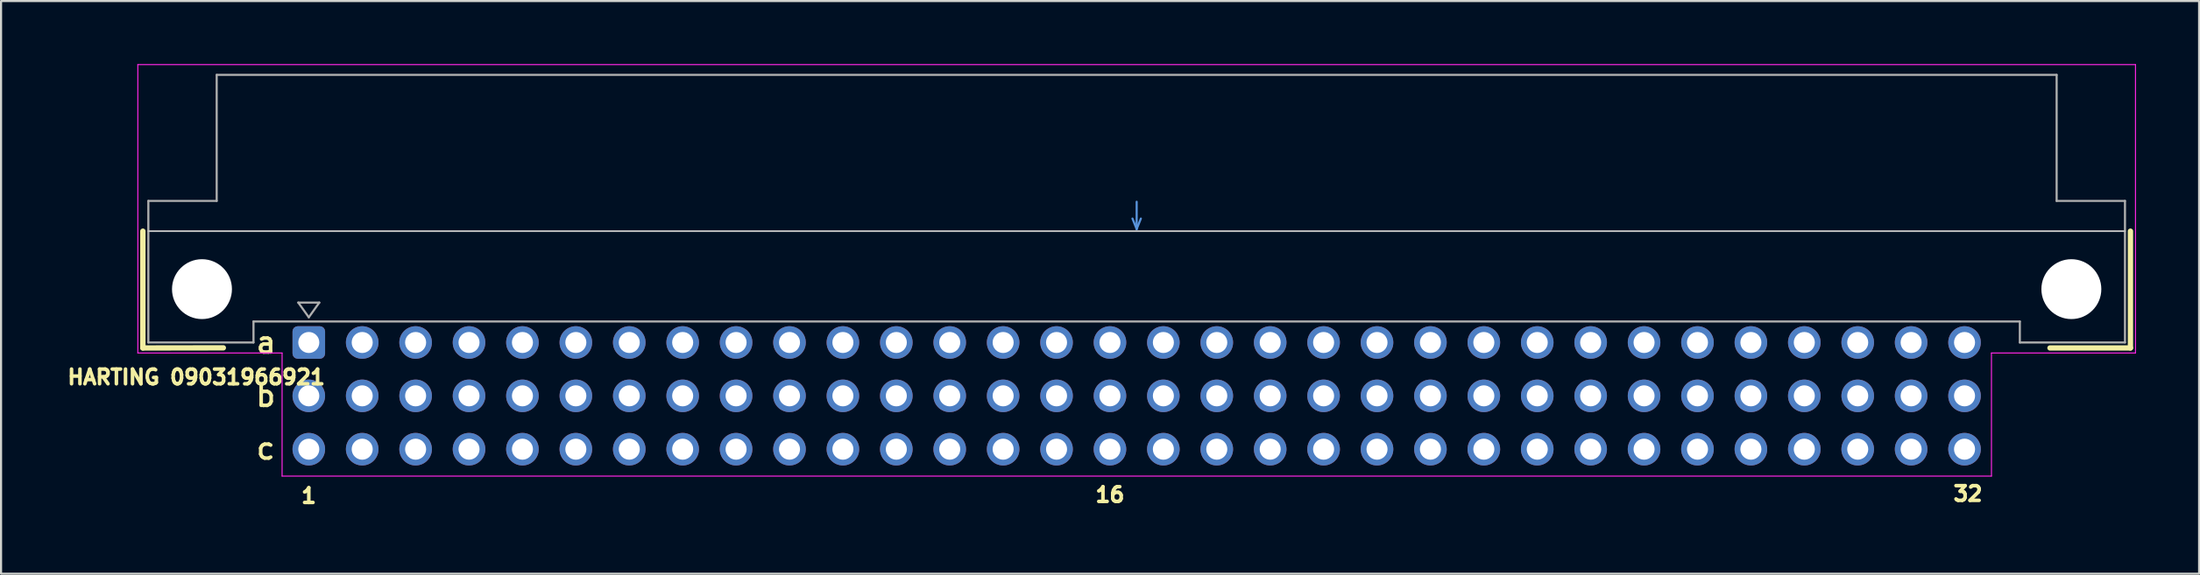
<source format=kicad_pcb>
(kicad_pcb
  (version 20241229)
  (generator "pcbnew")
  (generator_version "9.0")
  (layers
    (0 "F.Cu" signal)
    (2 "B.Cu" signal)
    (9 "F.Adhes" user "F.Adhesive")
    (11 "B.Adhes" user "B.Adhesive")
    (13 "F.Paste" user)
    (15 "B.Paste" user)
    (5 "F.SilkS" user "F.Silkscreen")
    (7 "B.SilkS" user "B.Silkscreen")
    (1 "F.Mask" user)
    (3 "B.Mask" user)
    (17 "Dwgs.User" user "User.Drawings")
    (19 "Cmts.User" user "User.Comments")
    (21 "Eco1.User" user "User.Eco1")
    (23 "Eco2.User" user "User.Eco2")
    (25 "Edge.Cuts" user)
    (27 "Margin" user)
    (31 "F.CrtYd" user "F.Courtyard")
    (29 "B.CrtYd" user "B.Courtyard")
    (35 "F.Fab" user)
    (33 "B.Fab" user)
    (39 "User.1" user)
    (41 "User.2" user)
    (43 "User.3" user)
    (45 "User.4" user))
  (footprint "HARTING 09031966921"
    (layer "F.Cu")
    (at 11.635 13.255)
    (property "Reference" "HARTING 09031966921" (at -5.35 1.65 0) (layer "F.SilkS") (effects (font (size 0.7 0.7) (thickness 0.17))))
    (attr through_hole)
    (fp_line (start -7.89 -5.3) (end -7.89 0.26) (stroke (width 0.254) (type solid)) (layer "F.SilkS"))
    (fp_line (start -7.89 0.26) (end -4.064 0.254) (stroke (width 0.254) (type solid)) (layer "F.SilkS"))
    (fp_line (start 86.63 -5.3) (end 86.63 0.26) (stroke (width 0.254) (type solid)) (layer "F.SilkS"))
    (fp_line (start 86.63 0.26) (end 82.804 0.26) (stroke (width 0.254) (type solid)) (layer "F.SilkS"))
    (fp_line (start -7.63 -5.3) (end 86.37 -5.3) (stroke (width 0.08) (type solid)) (layer "Dwgs.User"))
    (fp_line (start 39.17 -5.9) (end 39.37 -5.4) (stroke (width 0.1) (type solid)) (layer "Cmts.User"))
    (fp_line (start 39.37 -5.4) (end 39.37 -6.7) (stroke (width 0.1) (type solid)) (layer "Cmts.User"))
    (fp_line (start 39.37 -5.4) (end 39.57 -5.9) (stroke (width 0.1) (type solid)) (layer "Cmts.User"))
    (fp_line (start -8.13 -13.23) (end -8.13 0.5) (stroke (width 0.05) (type solid)) (layer "F.CrtYd"))
    (fp_line (start -8.13 0.5) (end -1.27 0.5) (stroke (width 0.05) (type solid)) (layer "F.CrtYd"))
    (fp_line (start -1.27 0.5) (end -1.27 6.36) (stroke (width 0.05) (type solid)) (layer "F.CrtYd"))
    (fp_line (start -1.27 6.36) (end 80.02 6.36) (stroke (width 0.05) (type solid)) (layer "F.CrtYd"))
    (fp_line (start 80.02 0.5) (end 86.87 0.5) (stroke (width 0.05) (type solid)) (layer "F.CrtYd"))
    (fp_line (start 80.02 6.36) (end 80.02 0.5) (stroke (width 0.05) (type solid)) (layer "F.CrtYd"))
    (fp_line (start 86.87 -13.23) (end -8.13 -13.23) (stroke (width 0.05) (type solid)) (layer "F.CrtYd"))
    (fp_line (start 86.87 0.5) (end 86.87 -13.23) (stroke (width 0.05) (type solid)) (layer "F.CrtYd"))
    (fp_line (start -7.63 -6.74) (end -7.63 0) (stroke (width 0.1) (type solid)) (layer "F.Fab"))
    (fp_line (start -7.63 0) (end -2.63 0) (stroke (width 0.1) (type solid)) (layer "F.Fab"))
    (fp_line (start -4.38 -12.74) (end -4.38 -6.74) (stroke (width 0.1) (type solid)) (layer "F.Fab"))
    (fp_line (start -4.38 -6.74) (end -7.63 -6.74) (stroke (width 0.1) (type solid)) (layer "F.Fab"))
    (fp_line (start -2.63 -1) (end 81.37 -1) (stroke (width 0.1) (type solid)) (layer "F.Fab"))
    (fp_line (start -2.63 0) (end -2.63 -1) (stroke (width 0.1) (type solid)) (layer "F.Fab"))
    (fp_line (start -0.5 -1.9) (end 0.5 -1.9) (stroke (width 0.1) (type solid)) (layer "F.Fab"))
    (fp_line (start 0 -1.2) (end -0.5 -1.9) (stroke (width 0.1) (type solid)) (layer "F.Fab"))
    (fp_line (start 0.5 -1.9) (end 0 -1.2) (stroke (width 0.1) (type solid)) (layer "F.Fab"))
    (fp_line (start 81.37 -1) (end 81.37 0) (stroke (width 0.1) (type solid)) (layer "F.Fab"))
    (fp_line (start 81.37 0) (end 86.37 0) (stroke (width 0.1) (type solid)) (layer "F.Fab"))
    (fp_line (start 83.12 -12.74) (end -4.38 -12.74) (stroke (width 0.1) (type solid)) (layer "F.Fab"))
    (fp_line (start 83.12 -6.74) (end 83.12 -12.74) (stroke (width 0.1) (type solid)) (layer "F.Fab"))
    (fp_line (start 86.37 -6.74) (end 83.12 -6.74) (stroke (width 0.1) (type solid)) (layer "F.Fab"))
    (fp_line (start 86.37 0) (end 86.37 -6.74) (stroke (width 0.1) (type solid)) (layer "F.Fab"))
    (fp_text user "a" (at -2.032 0 0) (unlocked yes) (layer "F.SilkS") (effects (font (size 1 1) (thickness 0.17))))
    (fp_text user "1" (at 0 7.3 0) (unlocked yes) (layer "F.SilkS") (effects (font (size 0.7 0.7) (thickness 0.17))))
    (fp_text user "b" (at -2.05 2.54 0) (unlocked yes) (layer "F.SilkS") (effects (font (size 1 1) (thickness 0.17))))
    (fp_text user "32" (at 78.9 7.2 0) (unlocked yes) (layer "F.SilkS") (effects (font (size 0.7 0.7) (thickness 0.17))))
    (fp_text user "16" (at 38.1 7.25 0) (unlocked yes) (layer "F.SilkS") (effects (font (size 0.7 0.7) (thickness 0.17))))
    (fp_text user "c" (at -2.05 5.05 0) (unlocked yes) (layer "F.SilkS") (effects (font (size 1 1) (thickness 0.17))))
    (pad "" np_thru_hole circle (at -5.08 -2.54) (size 2.85 2.85) (drill 2.85) (layers "*.Cu" "*.Mask"))
    (pad "" np_thru_hole circle (at 83.82 -2.54) (size 2.85 2.85) (drill 2.85) (layers "*.Cu" "*.Mask"))
    (pad "a1" thru_hole roundrect (at 0 0) (size 1.55 1.55) (drill 1) (layers "*.Cu" "*.Mask") (roundrect_rratio 0.161))
    (pad "a2" thru_hole circle (at 2.54 0) (size 1.55 1.55) (drill 1) (layers "*.Cu" "*.Mask"))
    (pad "a3" thru_hole circle (at 5.08 0) (size 1.55 1.55) (drill 1) (layers "*.Cu" "*.Mask"))
    (pad "a4" thru_hole circle (at 7.62 0) (size 1.55 1.55) (drill 1) (layers "*.Cu" "*.Mask"))
    (pad "a5" thru_hole circle (at 10.16 0) (size 1.55 1.55) (drill 1) (layers "*.Cu" "*.Mask"))
    (pad "a6" thru_hole circle (at 12.7 0) (size 1.55 1.55) (drill 1) (layers "*.Cu" "*.Mask"))
    (pad "a7" thru_hole circle (at 15.24 0) (size 1.55 1.55) (drill 1) (layers "*.Cu" "*.Mask"))
    (pad "a8" thru_hole circle (at 17.78 0) (size 1.55 1.55) (drill 1) (layers "*.Cu" "*.Mask"))
    (pad "a9" thru_hole circle (at 20.32 0) (size 1.55 1.55) (drill 1) (layers "*.Cu" "*.Mask"))
    (pad "a10" thru_hole circle (at 22.86 0) (size 1.55 1.55) (drill 1) (layers "*.Cu" "*.Mask"))
    (pad "a11" thru_hole circle (at 25.4 0) (size 1.55 1.55) (drill 1) (layers "*.Cu" "*.Mask"))
    (pad "a12" thru_hole circle (at 27.94 0) (size 1.55 1.55) (drill 1) (layers "*.Cu" "*.Mask"))
    (pad "a13" thru_hole circle (at 30.48 0) (size 1.55 1.55) (drill 1) (layers "*.Cu" "*.Mask"))
    (pad "a14" thru_hole circle (at 33.02 0) (size 1.55 1.55) (drill 1) (layers "*.Cu" "*.Mask"))
    (pad "a15" thru_hole circle (at 35.56 0) (size 1.55 1.55) (drill 1) (layers "*.Cu" "*.Mask"))
    (pad "a16" thru_hole circle (at 38.1 0) (size 1.55 1.55) (drill 1) (layers "*.Cu" "*.Mask"))
    (pad "a17" thru_hole circle (at 40.64 0) (size 1.55 1.55) (drill 1) (layers "*.Cu" "*.Mask"))
    (pad "a18" thru_hole circle (at 43.18 0) (size 1.55 1.55) (drill 1) (layers "*.Cu" "*.Mask"))
    (pad "a19" thru_hole circle (at 45.72 0) (size 1.55 1.55) (drill 1) (layers "*.Cu" "*.Mask"))
    (pad "a20" thru_hole circle (at 48.26 0) (size 1.55 1.55) (drill 1) (layers "*.Cu" "*.Mask"))
    (pad "a21" thru_hole circle (at 50.8 0) (size 1.55 1.55) (drill 1) (layers "*.Cu" "*.Mask"))
    (pad "a22" thru_hole circle (at 53.34 0) (size 1.55 1.55) (drill 1) (layers "*.Cu" "*.Mask"))
    (pad "a23" thru_hole circle (at 55.88 0) (size 1.55 1.55) (drill 1) (layers "*.Cu" "*.Mask"))
    (pad "a24" thru_hole circle (at 58.42 0) (size 1.55 1.55) (drill 1) (layers "*.Cu" "*.Mask"))
    (pad "a25" thru_hole circle (at 60.96 0) (size 1.55 1.55) (drill 1) (layers "*.Cu" "*.Mask"))
    (pad "a26" thru_hole circle (at 63.5 0) (size 1.55 1.55) (drill 1) (layers "*.Cu" "*.Mask"))
    (pad "a27" thru_hole circle (at 66.04 0) (size 1.55 1.55) (drill 1) (layers "*.Cu" "*.Mask"))
    (pad "a28" thru_hole circle (at 68.58 0) (size 1.55 1.55) (drill 1) (layers "*.Cu" "*.Mask"))
    (pad "a29" thru_hole circle (at 71.12 0) (size 1.55 1.55) (drill 1) (layers "*.Cu" "*.Mask"))
    (pad "a30" thru_hole circle (at 73.66 0) (size 1.55 1.55) (drill 1) (layers "*.Cu" "*.Mask"))
    (pad "a31" thru_hole circle (at 76.2 0) (size 1.55 1.55) (drill 1) (layers "*.Cu" "*.Mask"))
    (pad "a32" thru_hole circle (at 78.74 0) (size 1.55 1.55) (drill 1) (layers "*.Cu" "*.Mask"))
    (pad "b1" thru_hole circle (at 0 2.54) (size 1.55 1.55) (drill 1) (layers "*.Cu" "*.Mask"))
    (pad "b2" thru_hole circle (at 2.54 2.54) (size 1.55 1.55) (drill 1) (layers "*.Cu" "*.Mask"))
    (pad "b3" thru_hole circle (at 5.08 2.54) (size 1.55 1.55) (drill 1) (layers "*.Cu" "*.Mask"))
    (pad "b4" thru_hole circle (at 7.62 2.54) (size 1.55 1.55) (drill 1) (layers "*.Cu" "*.Mask"))
    (pad "b5" thru_hole circle (at 10.16 2.54) (size 1.55 1.55) (drill 1) (layers "*.Cu" "*.Mask"))
    (pad "b6" thru_hole circle (at 12.7 2.54) (size 1.55 1.55) (drill 1) (layers "*.Cu" "*.Mask"))
    (pad "b7" thru_hole circle (at 15.24 2.54) (size 1.55 1.55) (drill 1) (layers "*.Cu" "*.Mask"))
    (pad "b8" thru_hole circle (at 17.78 2.54) (size 1.55 1.55) (drill 1) (layers "*.Cu" "*.Mask"))
    (pad "b9" thru_hole circle (at 20.32 2.54) (size 1.55 1.55) (drill 1) (layers "*.Cu" "*.Mask"))
    (pad "b10" thru_hole circle (at 22.86 2.54) (size 1.55 1.55) (drill 1) (layers "*.Cu" "*.Mask"))
    (pad "b11" thru_hole circle (at 25.4 2.54) (size 1.55 1.55) (drill 1) (layers "*.Cu" "*.Mask"))
    (pad "b12" thru_hole circle (at 27.94 2.54) (size 1.55 1.55) (drill 1) (layers "*.Cu" "*.Mask"))
    (pad "b13" thru_hole circle (at 30.48 2.54) (size 1.55 1.55) (drill 1) (layers "*.Cu" "*.Mask"))
    (pad "b14" thru_hole circle (at 33.02 2.54) (size 1.55 1.55) (drill 1) (layers "*.Cu" "*.Mask"))
    (pad "b15" thru_hole circle (at 35.56 2.54) (size 1.55 1.55) (drill 1) (layers "*.Cu" "*.Mask"))
    (pad "b16" thru_hole circle (at 38.1 2.54) (size 1.55 1.55) (drill 1) (layers "*.Cu" "*.Mask"))
    (pad "b17" thru_hole circle (at 40.64 2.54) (size 1.55 1.55) (drill 1) (layers "*.Cu" "*.Mask"))
    (pad "b18" thru_hole circle (at 43.18 2.54) (size 1.55 1.55) (drill 1) (layers "*.Cu" "*.Mask"))
    (pad "b19" thru_hole circle (at 45.72 2.54) (size 1.55 1.55) (drill 1) (layers "*.Cu" "*.Mask"))
    (pad "b20" thru_hole circle (at 48.26 2.54) (size 1.55 1.55) (drill 1) (layers "*.Cu" "*.Mask"))
    (pad "b21" thru_hole circle (at 50.8 2.54) (size 1.55 1.55) (drill 1) (layers "*.Cu" "*.Mask"))
    (pad "b22" thru_hole circle (at 53.34 2.54) (size 1.55 1.55) (drill 1) (layers "*.Cu" "*.Mask"))
    (pad "b23" thru_hole circle (at 55.88 2.54) (size 1.55 1.55) (drill 1) (layers "*.Cu" "*.Mask"))
    (pad "b24" thru_hole circle (at 58.42 2.54) (size 1.55 1.55) (drill 1) (layers "*.Cu" "*.Mask"))
    (pad "b25" thru_hole circle (at 60.96 2.54) (size 1.55 1.55) (drill 1) (layers "*.Cu" "*.Mask"))
    (pad "b26" thru_hole circle (at 63.5 2.54) (size 1.55 1.55) (drill 1) (layers "*.Cu" "*.Mask"))
    (pad "b27" thru_hole circle (at 66.04 2.54) (size 1.55 1.55) (drill 1) (layers "*.Cu" "*.Mask"))
    (pad "b28" thru_hole circle (at 68.58 2.54) (size 1.55 1.55) (drill 1) (layers "*.Cu" "*.Mask"))
    (pad "b29" thru_hole circle (at 71.12 2.54) (size 1.55 1.55) (drill 1) (layers "*.Cu" "*.Mask"))
    (pad "b30" thru_hole circle (at 73.66 2.54) (size 1.55 1.55) (drill 1) (layers "*.Cu" "*.Mask"))
    (pad "b31" thru_hole circle (at 76.2 2.54) (size 1.55 1.55) (drill 1) (layers "*.Cu" "*.Mask"))
    (pad "b32" thru_hole circle (at 78.74 2.54) (size 1.55 1.55) (drill 1) (layers "*.Cu" "*.Mask"))
    (pad "c1" thru_hole circle (at 0 5.08) (size 1.55 1.55) (drill 1) (layers "*.Cu" "*.Mask"))
    (pad "c2" thru_hole circle (at 2.54 5.08) (size 1.55 1.55) (drill 1) (layers "*.Cu" "*.Mask"))
    (pad "c3" thru_hole circle (at 5.08 5.08) (size 1.55 1.55) (drill 1) (layers "*.Cu" "*.Mask"))
    (pad "c4" thru_hole circle (at 7.62 5.08) (size 1.55 1.55) (drill 1) (layers "*.Cu" "*.Mask"))
    (pad "c5" thru_hole circle (at 10.16 5.08) (size 1.55 1.55) (drill 1) (layers "*.Cu" "*.Mask"))
    (pad "c6" thru_hole circle (at 12.7 5.08) (size 1.55 1.55) (drill 1) (layers "*.Cu" "*.Mask"))
    (pad "c7" thru_hole circle (at 15.24 5.08) (size 1.55 1.55) (drill 1) (layers "*.Cu" "*.Mask"))
    (pad "c8" thru_hole circle (at 17.78 5.08) (size 1.55 1.55) (drill 1) (layers "*.Cu" "*.Mask"))
    (pad "c9" thru_hole circle (at 20.32 5.08) (size 1.55 1.55) (drill 1) (layers "*.Cu" "*.Mask"))
    (pad "c10" thru_hole circle (at 22.86 5.08) (size 1.55 1.55) (drill 1) (layers "*.Cu" "*.Mask"))
    (pad "c11" thru_hole circle (at 25.4 5.08) (size 1.55 1.55) (drill 1) (layers "*.Cu" "*.Mask"))
    (pad "c12" thru_hole circle (at 27.94 5.08) (size 1.55 1.55) (drill 1) (layers "*.Cu" "*.Mask"))
    (pad "c13" thru_hole circle (at 30.48 5.08) (size 1.55 1.55) (drill 1) (layers "*.Cu" "*.Mask"))
    (pad "c14" thru_hole circle (at 33.02 5.08) (size 1.55 1.55) (drill 1) (layers "*.Cu" "*.Mask"))
    (pad "c15" thru_hole circle (at 35.56 5.08) (size 1.55 1.55) (drill 1) (layers "*.Cu" "*.Mask"))
    (pad "c16" thru_hole circle (at 38.1 5.08) (size 1.55 1.55) (drill 1) (layers "*.Cu" "*.Mask"))
    (pad "c17" thru_hole circle (at 40.64 5.08) (size 1.55 1.55) (drill 1) (layers "*.Cu" "*.Mask"))
    (pad "c18" thru_hole circle (at 43.18 5.08) (size 1.55 1.55) (drill 1) (layers "*.Cu" "*.Mask"))
    (pad "c19" thru_hole circle (at 45.72 5.08) (size 1.55 1.55) (drill 1) (layers "*.Cu" "*.Mask"))
    (pad "c20" thru_hole circle (at 48.26 5.08) (size 1.55 1.55) (drill 1) (layers "*.Cu" "*.Mask"))
    (pad "c21" thru_hole circle (at 50.8 5.08) (size 1.55 1.55) (drill 1) (layers "*.Cu" "*.Mask"))
    (pad "c22" thru_hole circle (at 53.34 5.08) (size 1.55 1.55) (drill 1) (layers "*.Cu" "*.Mask"))
    (pad "c23" thru_hole circle (at 55.88 5.08) (size 1.55 1.55) (drill 1) (layers "*.Cu" "*.Mask"))
    (pad "c24" thru_hole circle (at 58.42 5.08) (size 1.55 1.55) (drill 1) (layers "*.Cu" "*.Mask"))
    (pad "c25" thru_hole circle (at 60.96 5.08) (size 1.55 1.55) (drill 1) (layers "*.Cu" "*.Mask"))
    (pad "c26" thru_hole circle (at 63.5 5.08) (size 1.55 1.55) (drill 1) (layers "*.Cu" "*.Mask"))
    (pad "c27" thru_hole circle (at 66.04 5.08) (size 1.55 1.55) (drill 1) (layers "*.Cu" "*.Mask"))
    (pad "c28" thru_hole circle (at 68.58 5.08) (size 1.55 1.55) (drill 1) (layers "*.Cu" "*.Mask"))
    (pad "c29" thru_hole circle (at 71.12 5.08) (size 1.55 1.55) (drill 1) (layers "*.Cu" "*.Mask"))
    (pad "c30" thru_hole circle (at 73.66 5.08) (size 1.55 1.55) (drill 1) (layers "*.Cu" "*.Mask"))
    (pad "c31" thru_hole circle (at 76.2 5.08) (size 1.55 1.55) (drill 1) (layers "*.Cu" "*.Mask"))
    (pad "c32" thru_hole circle (at 78.74 5.08) (size 1.55 1.55) (drill 1) (layers "*.Cu" "*.Mask")))
  (gr_rect
    (start -3 -3)
    (end 101.53 24.263)
    (stroke (width 0.1) (type default))
    (fill no)
    (layer "Edge.Cuts")))
</source>
